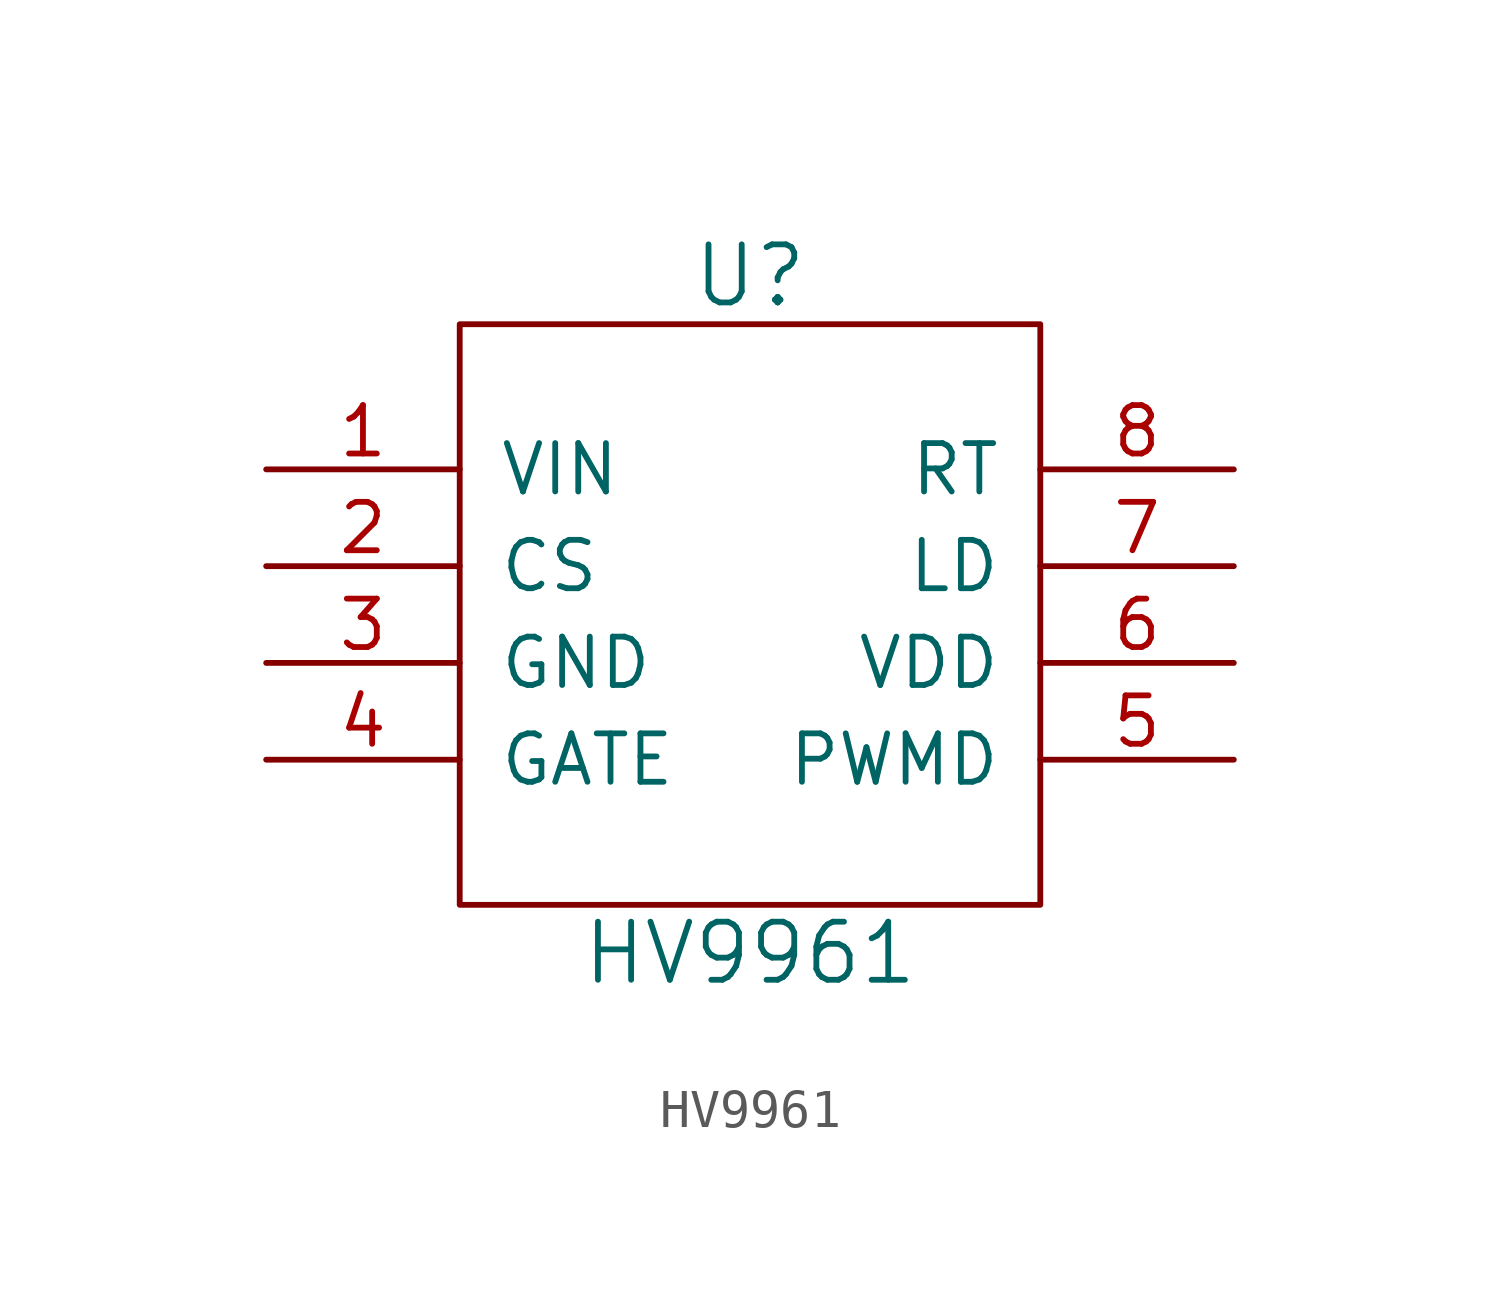
<source format=kicad_sym>
(kicad_symbol_lib
  (version 20220914)
  (generator kicad_symbol_editor)
  (symbol "HV9961"
    (pin_names
      (offset 1.016))
    (property "Reference" "U"
      (at 0 8.89 0)
      (effects (font (size 1.524 1.524))))
    (property "Value" "HV9961"
      (at 0 -8.89 0)
      (effects (font (size 1.524 1.524))))
    (property "Footprint" ""
      (at 0 0 0)
      (effects (font (size 1.524 1.524))))
    (property "Datasheet" ""
      (at 0 0 0)
      (effects (font (size 1.524 1.524))))
    (symbol "HV9961_0_1"
      (rectangle (start -7.62 7.62) (end 7.62 -7.62) (stroke (width 0) (type solid)) (fill (type none))))
    (symbol "HV9961_1_1"
      (pin input line (at -12.7 3.81 0) (length 5.08) (name "VIN" (effects (font (size 1.27 1.27)))) (number "1" (effects (font (size 1.27 1.27)))))
      (pin input line (at -12.7 1.27 0) (length 5.08) (name "CS" (effects (font (size 1.27 1.27)))) (number "2" (effects (font (size 1.27 1.27)))))
      (pin input line (at -12.7 -1.27 0) (length 5.08) (name "GND" (effects (font (size 1.27 1.27)))) (number "3" (effects (font (size 1.27 1.27)))))
      (pin input line (at -12.7 -3.81 0) (length 5.08) (name "GATE" (effects (font (size 1.27 1.27)))) (number "4" (effects (font (size 1.27 1.27)))))
      (pin input line (at 12.7 -3.81 180) (length 5.08) (name "PWMD" (effects (font (size 1.27 1.27)))) (number "5" (effects (font (size 1.27 1.27)))))
      (pin input line (at 12.7 -1.27 180) (length 5.08) (name "VDD" (effects (font (size 1.27 1.27)))) (number "6" (effects (font (size 1.27 1.27)))))
      (pin input line (at 12.7 1.27 180) (length 5.08) (name "LD" (effects (font (size 1.27 1.27)))) (number "7" (effects (font (size 1.27 1.27)))))
      (pin input line (at 12.7 3.81 180) (length 5.08) (name "RT" (effects (font (size 1.27 1.27)))) (number "8" (effects (font (size 1.27 1.27))))))))
</source>
